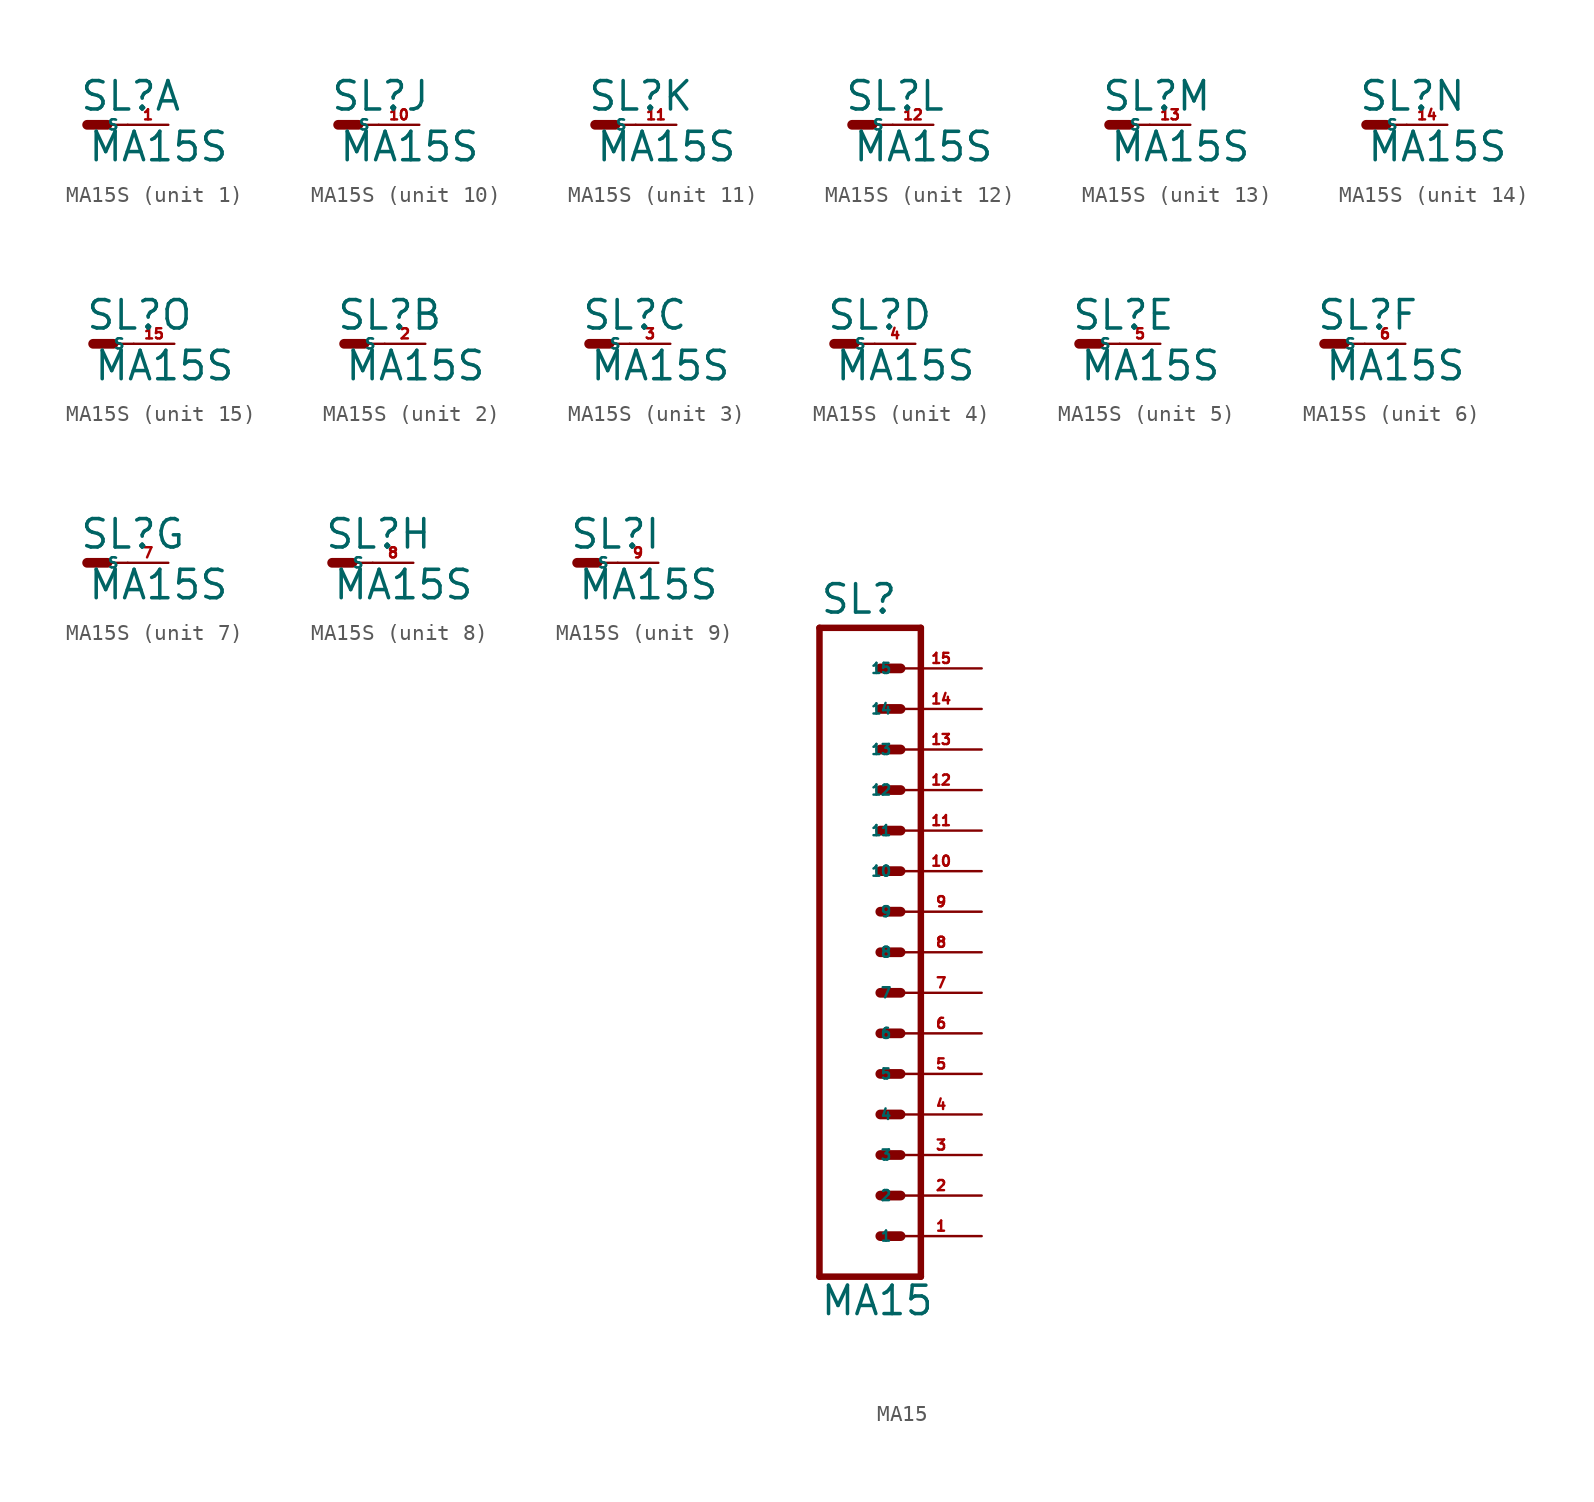
<source format=kicad_sym>
(kicad_symbol_lib
  (version 20220914)
  (generator Eagle2Kicad)
  (symbol "MA15S"
    (property "Reference" "SL"
      (at -0.508 0.762 0)
      (effects (font (size 1.778 1.778) (thickness 0.22)) (justify left bottom)))
    (property "Value" "MA15S"
      (at 0 -2.413 0)
      (effects (font (size 1.778 1.778) (thickness 0.22)) (justify left bottom)))
    (symbol "MA15S_1_0"
      (polyline (pts (xy 0 0) (xy 1.27 0)) (stroke (width 0.61) (type default)) (fill (type none)))
      (polyline (pts (xy 1.27 0) (xy 2.54 0)) (stroke (width 0.152) (type default)) (fill (type none)))
      (pin passive line (at 5.08 0 180) (length 2.54) (name "S" (effects (font (size 0.635 0.635) (thickness 0.08)) (justify left bottom))) (number "1" (effects (font (size 0.635 0.635) (thickness 0.08)) (justify left bottom)))))
    (symbol "MA15S_2_0"
      (polyline (pts (xy 0 0) (xy 1.27 0)) (stroke (width 0.61) (type default)) (fill (type none)))
      (polyline (pts (xy 1.27 0) (xy 2.54 0)) (stroke (width 0.152) (type default)) (fill (type none)))
      (pin passive line (at 5.08 0 180) (length 2.54) (name "S" (effects (font (size 0.635 0.635) (thickness 0.08)) (justify left bottom))) (number "2" (effects (font (size 0.635 0.635) (thickness 0.08)) (justify left bottom)))))
    (symbol "MA15S_3_0"
      (polyline (pts (xy 0 0) (xy 1.27 0)) (stroke (width 0.61) (type default)) (fill (type none)))
      (polyline (pts (xy 1.27 0) (xy 2.54 0)) (stroke (width 0.152) (type default)) (fill (type none)))
      (pin passive line (at 5.08 0 180) (length 2.54) (name "S" (effects (font (size 0.635 0.635) (thickness 0.08)) (justify left bottom))) (number "3" (effects (font (size 0.635 0.635) (thickness 0.08)) (justify left bottom)))))
    (symbol "MA15S_4_0"
      (polyline (pts (xy 0 0) (xy 1.27 0)) (stroke (width 0.61) (type default)) (fill (type none)))
      (polyline (pts (xy 1.27 0) (xy 2.54 0)) (stroke (width 0.152) (type default)) (fill (type none)))
      (pin passive line (at 5.08 0 180) (length 2.54) (name "S" (effects (font (size 0.635 0.635) (thickness 0.08)) (justify left bottom))) (number "4" (effects (font (size 0.635 0.635) (thickness 0.08)) (justify left bottom)))))
    (symbol "MA15S_5_0"
      (polyline (pts (xy 0 0) (xy 1.27 0)) (stroke (width 0.61) (type default)) (fill (type none)))
      (polyline (pts (xy 1.27 0) (xy 2.54 0)) (stroke (width 0.152) (type default)) (fill (type none)))
      (pin passive line (at 5.08 0 180) (length 2.54) (name "S" (effects (font (size 0.635 0.635) (thickness 0.08)) (justify left bottom))) (number "5" (effects (font (size 0.635 0.635) (thickness 0.08)) (justify left bottom)))))
    (symbol "MA15S_6_0"
      (polyline (pts (xy 0 0) (xy 1.27 0)) (stroke (width 0.61) (type default)) (fill (type none)))
      (polyline (pts (xy 1.27 0) (xy 2.54 0)) (stroke (width 0.152) (type default)) (fill (type none)))
      (pin passive line (at 5.08 0 180) (length 2.54) (name "S" (effects (font (size 0.635 0.635) (thickness 0.08)) (justify left bottom))) (number "6" (effects (font (size 0.635 0.635) (thickness 0.08)) (justify left bottom)))))
    (symbol "MA15S_7_0"
      (polyline (pts (xy 0 0) (xy 1.27 0)) (stroke (width 0.61) (type default)) (fill (type none)))
      (polyline (pts (xy 1.27 0) (xy 2.54 0)) (stroke (width 0.152) (type default)) (fill (type none)))
      (pin passive line (at 5.08 0 180) (length 2.54) (name "S" (effects (font (size 0.635 0.635) (thickness 0.08)) (justify left bottom))) (number "7" (effects (font (size 0.635 0.635) (thickness 0.08)) (justify left bottom)))))
    (symbol "MA15S_8_0"
      (polyline (pts (xy 0 0) (xy 1.27 0)) (stroke (width 0.61) (type default)) (fill (type none)))
      (polyline (pts (xy 1.27 0) (xy 2.54 0)) (stroke (width 0.152) (type default)) (fill (type none)))
      (pin passive line (at 5.08 0 180) (length 2.54) (name "S" (effects (font (size 0.635 0.635) (thickness 0.08)) (justify left bottom))) (number "8" (effects (font (size 0.635 0.635) (thickness 0.08)) (justify left bottom)))))
    (symbol "MA15S_9_0"
      (polyline (pts (xy 0 0) (xy 1.27 0)) (stroke (width 0.61) (type default)) (fill (type none)))
      (polyline (pts (xy 1.27 0) (xy 2.54 0)) (stroke (width 0.152) (type default)) (fill (type none)))
      (pin passive line (at 5.08 0 180) (length 2.54) (name "S" (effects (font (size 0.635 0.635) (thickness 0.08)) (justify left bottom))) (number "9" (effects (font (size 0.635 0.635) (thickness 0.08)) (justify left bottom)))))
    (symbol "MA15S_10_0"
      (polyline (pts (xy 0 0) (xy 1.27 0)) (stroke (width 0.61) (type default)) (fill (type none)))
      (polyline (pts (xy 1.27 0) (xy 2.54 0)) (stroke (width 0.152) (type default)) (fill (type none)))
      (pin passive line (at 5.08 0 180) (length 2.54) (name "S" (effects (font (size 0.635 0.635) (thickness 0.08)) (justify left bottom))) (number "10" (effects (font (size 0.635 0.635) (thickness 0.08)) (justify left bottom)))))
    (symbol "MA15S_11_0"
      (polyline (pts (xy 0 0) (xy 1.27 0)) (stroke (width 0.61) (type default)) (fill (type none)))
      (polyline (pts (xy 1.27 0) (xy 2.54 0)) (stroke (width 0.152) (type default)) (fill (type none)))
      (pin passive line (at 5.08 0 180) (length 2.54) (name "S" (effects (font (size 0.635 0.635) (thickness 0.08)) (justify left bottom))) (number "11" (effects (font (size 0.635 0.635) (thickness 0.08)) (justify left bottom)))))
    (symbol "MA15S_12_0"
      (polyline (pts (xy 0 0) (xy 1.27 0)) (stroke (width 0.61) (type default)) (fill (type none)))
      (polyline (pts (xy 1.27 0) (xy 2.54 0)) (stroke (width 0.152) (type default)) (fill (type none)))
      (pin passive line (at 5.08 0 180) (length 2.54) (name "S" (effects (font (size 0.635 0.635) (thickness 0.08)) (justify left bottom))) (number "12" (effects (font (size 0.635 0.635) (thickness 0.08)) (justify left bottom)))))
    (symbol "MA15S_13_0"
      (polyline (pts (xy 0 0) (xy 1.27 0)) (stroke (width 0.61) (type default)) (fill (type none)))
      (polyline (pts (xy 1.27 0) (xy 2.54 0)) (stroke (width 0.152) (type default)) (fill (type none)))
      (pin passive line (at 5.08 0 180) (length 2.54) (name "S" (effects (font (size 0.635 0.635) (thickness 0.08)) (justify left bottom))) (number "13" (effects (font (size 0.635 0.635) (thickness 0.08)) (justify left bottom)))))
    (symbol "MA15S_14_0"
      (polyline (pts (xy 0 0) (xy 1.27 0)) (stroke (width 0.61) (type default)) (fill (type none)))
      (polyline (pts (xy 1.27 0) (xy 2.54 0)) (stroke (width 0.152) (type default)) (fill (type none)))
      (pin passive line (at 5.08 0 180) (length 2.54) (name "S" (effects (font (size 0.635 0.635) (thickness 0.08)) (justify left bottom))) (number "14" (effects (font (size 0.635 0.635) (thickness 0.08)) (justify left bottom)))))
    (symbol "MA15S_15_0"
      (polyline (pts (xy 0 0) (xy 1.27 0)) (stroke (width 0.61) (type default)) (fill (type none)))
      (polyline (pts (xy 1.27 0) (xy 2.54 0)) (stroke (width 0.152) (type default)) (fill (type none)))
      (pin passive line (at 5.08 0 180) (length 2.54) (name "S" (effects (font (size 0.635 0.635) (thickness 0.08)) (justify left bottom))) (number "15" (effects (font (size 0.635 0.635) (thickness 0.08)) (justify left bottom))))))
  (symbol "MA15"
    (property "Reference" "SL"
      (at -5.08 21.082 0)
      (effects (font (size 1.778 1.778) (thickness 0.22)) (justify left bottom)))
    (property "Value" "MA15"
      (at -5.08 -22.86 0)
      (effects (font (size 1.778 1.778) (thickness 0.22)) (justify left bottom)))
    (polyline
      (pts (xy 1.27 -20.32) (xy -5.08 -20.32))
      (stroke (width 0.406) (type default))
      (fill (type none)))
    (polyline
      (pts (xy -1.27 -12.7) (xy 0 -12.7))
      (stroke (width 0.61) (type default))
      (fill (type none)))
    (polyline
      (pts (xy -1.27 -15.24) (xy 0 -15.24))
      (stroke (width 0.61) (type default))
      (fill (type none)))
    (polyline
      (pts (xy -1.27 -17.78) (xy 0 -17.78))
      (stroke (width 0.61) (type default))
      (fill (type none)))
    (polyline
      (pts (xy -5.08 20.32) (xy -5.08 -20.32))
      (stroke (width 0.406) (type default))
      (fill (type none)))
    (polyline
      (pts (xy 1.27 -20.32) (xy 1.27 20.32))
      (stroke (width 0.406) (type default))
      (fill (type none)))
    (polyline
      (pts (xy -5.08 20.32) (xy 1.27 20.32))
      (stroke (width 0.406) (type default))
      (fill (type none)))
    (polyline
      (pts (xy -1.27 -7.62) (xy 0 -7.62))
      (stroke (width 0.61) (type default))
      (fill (type none)))
    (polyline
      (pts (xy -1.27 -10.16) (xy 0 -10.16))
      (stroke (width 0.61) (type default))
      (fill (type none)))
    (polyline
      (pts (xy -1.27 -5.08) (xy 0 -5.08))
      (stroke (width 0.61) (type default))
      (fill (type none)))
    (polyline
      (pts (xy -1.27 -2.54) (xy 0 -2.54))
      (stroke (width 0.61) (type default))
      (fill (type none)))
    (polyline
      (pts (xy -1.27 0) (xy 0 0))
      (stroke (width 0.61) (type default))
      (fill (type none)))
    (polyline
      (pts (xy -1.27 2.54) (xy 0 2.54))
      (stroke (width 0.61) (type default))
      (fill (type none)))
    (polyline
      (pts (xy -1.27 5.08) (xy 0 5.08))
      (stroke (width 0.61) (type default))
      (fill (type none)))
    (polyline
      (pts (xy -1.27 7.62) (xy 0 7.62))
      (stroke (width 0.61) (type default))
      (fill (type none)))
    (polyline
      (pts (xy -1.27 10.16) (xy 0 10.16))
      (stroke (width 0.61) (type default))
      (fill (type none)))
    (polyline
      (pts (xy -1.27 12.7) (xy 0 12.7))
      (stroke (width 0.61) (type default))
      (fill (type none)))
    (polyline
      (pts (xy -1.27 15.24) (xy 0 15.24))
      (stroke (width 0.61) (type default))
      (fill (type none)))
    (polyline
      (pts (xy -1.27 17.78) (xy 0 17.78))
      (stroke (width 0.61) (type default))
      (fill (type none)))
    (pin passive line
      (at 5.08 -17.78 180)
      (length 5.08)
      (name "1" (effects (font (size 0.635 0.635) (thickness 0.08)) (justify left bottom)))
      (number "1" (effects (font (size 0.635 0.635) (thickness 0.08)) (justify left bottom))))
    (pin passive line
      (at 5.08 -15.24 180)
      (length 5.08)
      (name "2" (effects (font (size 0.635 0.635) (thickness 0.08)) (justify left bottom)))
      (number "2" (effects (font (size 0.635 0.635) (thickness 0.08)) (justify left bottom))))
    (pin passive line
      (at 5.08 -12.7 180)
      (length 5.08)
      (name "3" (effects (font (size 0.635 0.635) (thickness 0.08)) (justify left bottom)))
      (number "3" (effects (font (size 0.635 0.635) (thickness 0.08)) (justify left bottom))))
    (pin passive line
      (at 5.08 -10.16 180)
      (length 5.08)
      (name "4" (effects (font (size 0.635 0.635) (thickness 0.08)) (justify left bottom)))
      (number "4" (effects (font (size 0.635 0.635) (thickness 0.08)) (justify left bottom))))
    (pin passive line
      (at 5.08 -7.62 180)
      (length 5.08)
      (name "5" (effects (font (size 0.635 0.635) (thickness 0.08)) (justify left bottom)))
      (number "5" (effects (font (size 0.635 0.635) (thickness 0.08)) (justify left bottom))))
    (pin passive line
      (at 5.08 -5.08 180)
      (length 5.08)
      (name "6" (effects (font (size 0.635 0.635) (thickness 0.08)) (justify left bottom)))
      (number "6" (effects (font (size 0.635 0.635) (thickness 0.08)) (justify left bottom))))
    (pin passive line
      (at 5.08 -2.54 180)
      (length 5.08)
      (name "7" (effects (font (size 0.635 0.635) (thickness 0.08)) (justify left bottom)))
      (number "7" (effects (font (size 0.635 0.635) (thickness 0.08)) (justify left bottom))))
    (pin passive line
      (at 5.08 0 180)
      (length 5.08)
      (name "8" (effects (font (size 0.635 0.635) (thickness 0.08)) (justify left bottom)))
      (number "8" (effects (font (size 0.635 0.635) (thickness 0.08)) (justify left bottom))))
    (pin passive line
      (at 5.08 2.54 180)
      (length 5.08)
      (name "9" (effects (font (size 0.635 0.635) (thickness 0.08)) (justify left bottom)))
      (number "9" (effects (font (size 0.635 0.635) (thickness 0.08)) (justify left bottom))))
    (pin passive line
      (at 5.08 5.08 180)
      (length 5.08)
      (name "10" (effects (font (size 0.635 0.635) (thickness 0.08)) (justify left bottom)))
      (number "10" (effects (font (size 0.635 0.635) (thickness 0.08)) (justify left bottom))))
    (pin passive line
      (at 5.08 7.62 180)
      (length 5.08)
      (name "11" (effects (font (size 0.635 0.635) (thickness 0.08)) (justify left bottom)))
      (number "11" (effects (font (size 0.635 0.635) (thickness 0.08)) (justify left bottom))))
    (pin passive line
      (at 5.08 10.16 180)
      (length 5.08)
      (name "12" (effects (font (size 0.635 0.635) (thickness 0.08)) (justify left bottom)))
      (number "12" (effects (font (size 0.635 0.635) (thickness 0.08)) (justify left bottom))))
    (pin passive line
      (at 5.08 12.7 180)
      (length 5.08)
      (name "13" (effects (font (size 0.635 0.635) (thickness 0.08)) (justify left bottom)))
      (number "13" (effects (font (size 0.635 0.635) (thickness 0.08)) (justify left bottom))))
    (pin passive line
      (at 5.08 15.24 180)
      (length 5.08)
      (name "14" (effects (font (size 0.635 0.635) (thickness 0.08)) (justify left bottom)))
      (number "14" (effects (font (size 0.635 0.635) (thickness 0.08)) (justify left bottom))))
    (pin passive line
      (at 5.08 17.78 180)
      (length 5.08)
      (name "15" (effects (font (size 0.635 0.635) (thickness 0.08)) (justify left bottom)))
      (number "15" (effects (font (size 0.635 0.635) (thickness 0.08)) (justify left bottom))))))
</source>
